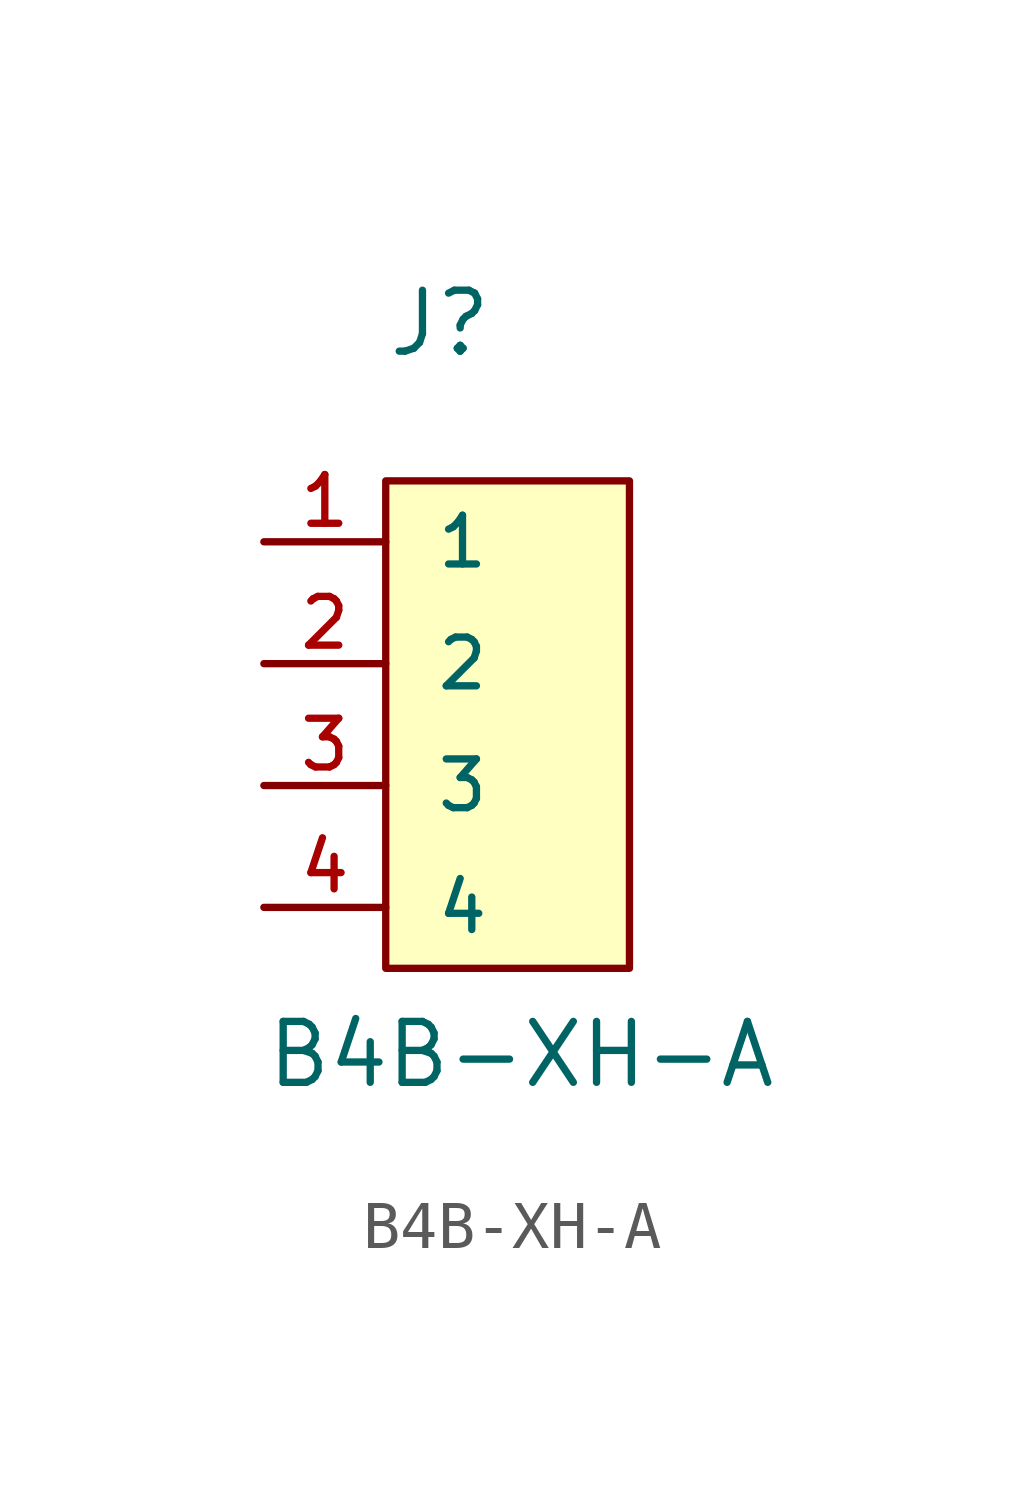
<source format=kicad_sym>
(kicad_symbol_lib
  (version 20241209)
  (generator "kicad_symbol_editor")
  (generator_version "9.0")
  (symbol "B4B-XH-A"
    (pin_names
      (offset 1.016))
    (property "Reference" "J"
      (at 0 6.35 0)
      (effects (font (size 1.27 1.27)) (justify left bottom)))
    (property "Value" "B4B-XH-A"
      (at -2.54 -8.89 0)
      (effects (font (size 1.27 1.27)) (justify left bottom)))
    (symbol "B4B-XH-A_1_0"
      (pin passive line (at -2.54 2.54 0) (length 2.54) (name "1" (effects (font (size 1.016 1.016)))) (number "1" (effects (font (size 1.016 1.016)))))
      (pin passive line (at -2.54 0 0) (length 2.54) (name "2" (effects (font (size 1.016 1.016)))) (number "2" (effects (font (size 1.016 1.016)))))
      (pin passive line (at -2.54 -2.54 0) (length 2.54) (name "3" (effects (font (size 1.016 1.016)))) (number "3" (effects (font (size 1.016 1.016)))))
      (pin passive line (at -2.54 -5.08 0) (length 2.54) (name "4" (effects (font (size 1.016 1.016)))) (number "4" (effects (font (size 1.016 1.016))))))
    (symbol "B4B-XH-A_1_1"
      (rectangle (start 0 3.81) (end 5.08 -6.35) (stroke (width 0) (type default)) (fill (type background))))))
</source>
